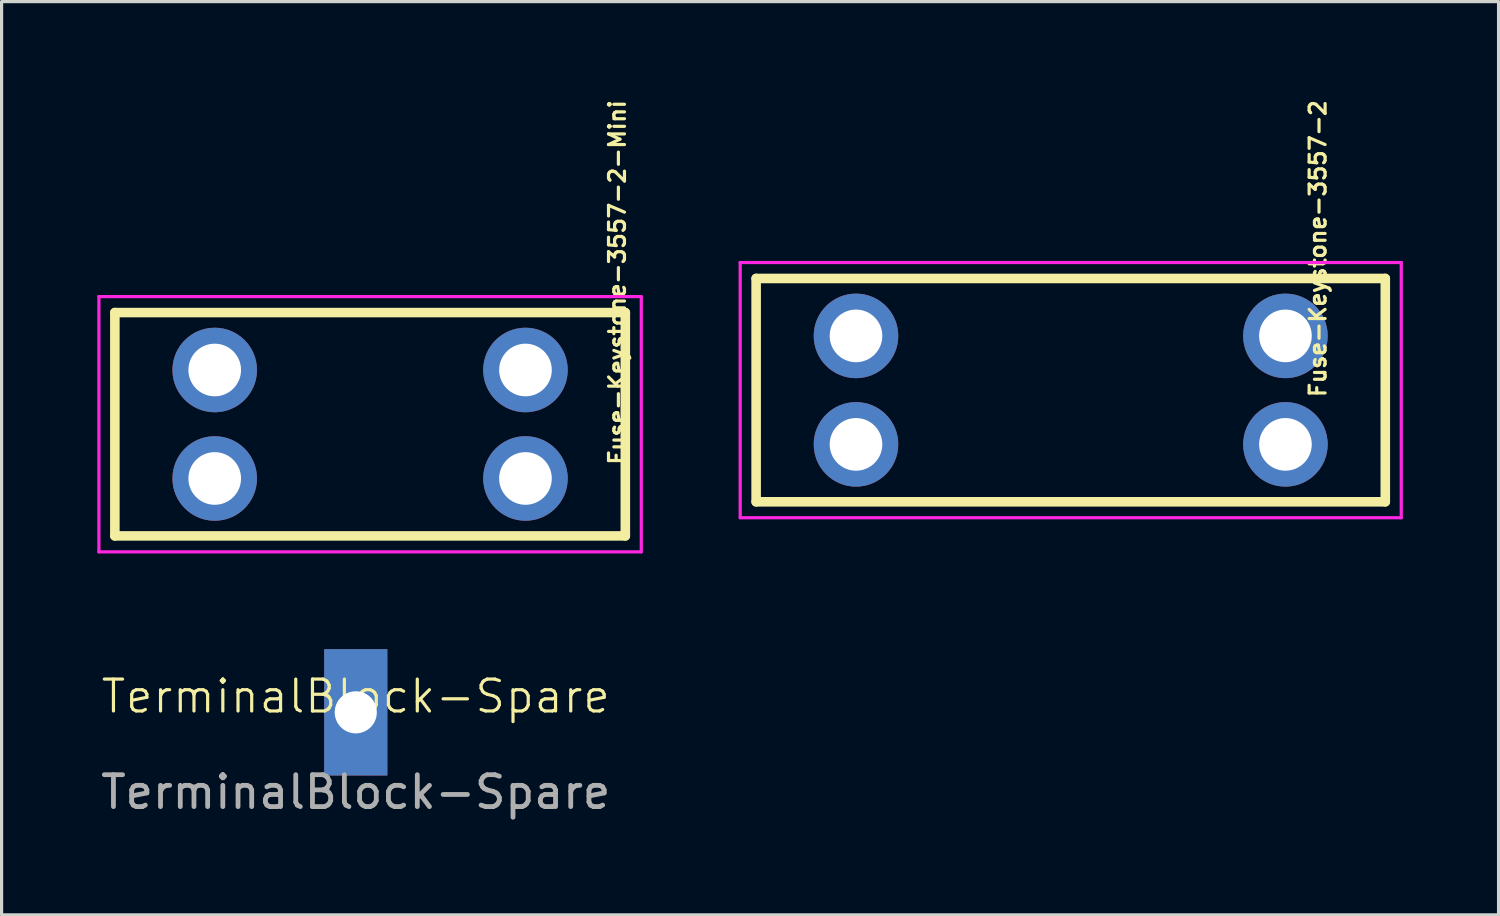
<source format=kicad_pcb>
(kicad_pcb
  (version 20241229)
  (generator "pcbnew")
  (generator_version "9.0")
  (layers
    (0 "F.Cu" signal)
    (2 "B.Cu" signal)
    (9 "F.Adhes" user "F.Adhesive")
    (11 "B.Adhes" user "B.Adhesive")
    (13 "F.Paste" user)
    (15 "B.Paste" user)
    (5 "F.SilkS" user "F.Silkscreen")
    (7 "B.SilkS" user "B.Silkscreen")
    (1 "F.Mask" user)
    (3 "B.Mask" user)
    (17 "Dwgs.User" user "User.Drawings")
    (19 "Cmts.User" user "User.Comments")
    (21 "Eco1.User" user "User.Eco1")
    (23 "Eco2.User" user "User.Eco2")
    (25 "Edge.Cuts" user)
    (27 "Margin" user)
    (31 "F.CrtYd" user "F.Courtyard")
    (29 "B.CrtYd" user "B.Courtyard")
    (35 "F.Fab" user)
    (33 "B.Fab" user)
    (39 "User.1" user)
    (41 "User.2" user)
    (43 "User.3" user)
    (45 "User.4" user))
  (footprint "TerminalBlock-Spare"
    (layer "F.Cu")
    (at 8.101 19.277)
    (property "Reference" "TerminalBlock-Spare" (at 0 -0.5 0) (unlocked yes) (layer "F.SilkS") (effects (font (size 1 1) (thickness 0.1))))
    (attr through_hole)
    (fp_text user "${REFERENCE}" (at 0 2.5 0) (unlocked yes) (layer "F.Fab") (effects (font (size 1 1) (thickness 0.15))))
    (pad "1" thru_hole rect (at 0 0) (size 1.98 3.96) (drill 1.32) (layers "*.Cu" "*.Mask")))
  (footprint "Fuse-Keystone-3557-2-Mini"
    (layer "F.Cu")
    (at 8.55 10.247)
    (property "Reference" "Fuse-Keystone-3557-2-Mini" (at 7.747 -4.445 270) (layer "F.SilkS") (effects (font (size 0.5 0.5) (thickness 0.1))))
    (attr through_hole)
    (fp_line (start -8 -3.5) (end -8 3.5) (stroke (width 0.3) (type solid)) (layer "F.SilkS"))
    (fp_line (start -8 3.5) (end 8 3.5) (stroke (width 0.3) (type solid)) (layer "F.SilkS"))
    (fp_line (start 8 -3.5) (end -8 -3.5) (stroke (width 0.3) (type solid)) (layer "F.SilkS"))
    (fp_line (start 8 3.5) (end 8 -3.5) (stroke (width 0.3) (type solid)) (layer "F.SilkS"))
    (fp_line (start -8.5 -4) (end 8.5 -4) (stroke (width 0.1) (type solid)) (layer "F.CrtYd"))
    (fp_line (start -8.5 4) (end -8.5 -4) (stroke (width 0.1) (type solid)) (layer "F.CrtYd"))
    (fp_line (start 8.5 -4) (end 8.5 4) (stroke (width 0.1) (type solid)) (layer "F.CrtYd"))
    (fp_line (start 8.5 4) (end -8.5 4) (stroke (width 0.1) (type solid)) (layer "F.CrtYd"))
    (pad "1" thru_hole circle (at -4.87 -1.7) (size 2.65 2.65) (drill 1.65) (layers "*.Cu" "*.Mask"))
    (pad "1" thru_hole circle (at -4.87 1.7) (size 2.65 2.65) (drill 1.65) (layers "*.Cu" "*.Mask"))
    (pad "2" thru_hole circle (at 4.87 -1.7) (size 2.65 2.65) (drill 1.65) (layers "*.Cu" "*.Mask"))
    (pad "2" thru_hole circle (at 4.87 1.7) (size 2.65 2.65) (drill 1.65) (layers "*.Cu" "*.Mask")))
  (footprint "Fuse-Keystone-3557-2"
    (layer "F.Cu")
    (at 30.51 9.188)
    (property "Reference" "Fuse-Keystone-3557-2" (at 7.747 -4.445 270) (layer "F.SilkS") (effects (font (size 0.5 0.5) (thickness 0.1))))
    (attr through_hole)
    (fp_line (start -9.86 -3.51) (end -9.86 3.49) (stroke (width 0.3) (type solid)) (layer "F.SilkS"))
    (fp_line (start -9.86 3.49) (end 9.86 3.49) (stroke (width 0.3) (type solid)) (layer "F.SilkS"))
    (fp_line (start 9.86 -3.51) (end -9.86 -3.51) (stroke (width 0.3) (type solid)) (layer "F.SilkS"))
    (fp_line (start 9.86 3.49) (end 9.86 -3.51) (stroke (width 0.3) (type solid)) (layer "F.SilkS"))
    (fp_line (start -10.36 -4.01) (end 10.36 -4.01) (stroke (width 0.1) (type solid)) (layer "F.CrtYd"))
    (fp_line (start -10.36 3.99) (end -10.36 -4.01) (stroke (width 0.1) (type solid)) (layer "F.CrtYd"))
    (fp_line (start 10.36 -4.01) (end 10.36 3.99) (stroke (width 0.1) (type solid)) (layer "F.CrtYd"))
    (fp_line (start 10.36 3.99) (end -10.36 3.99) (stroke (width 0.1) (type solid)) (layer "F.CrtYd"))
    (pad "1" thru_hole circle (at -6.73 -1.71) (size 2.65 2.65) (drill 1.65) (layers "*.Cu" "*.Mask"))
    (pad "1" thru_hole circle (at -6.73 1.69) (size 2.65 2.65) (drill 1.65) (layers "*.Cu" "*.Mask"))
    (pad "2" thru_hole circle (at 6.73 -1.71) (size 2.65 2.65) (drill 1.65) (layers "*.Cu" "*.Mask"))
    (pad "2" thru_hole circle (at 6.73 1.69) (size 2.65 2.65) (drill 1.65) (layers "*.Cu" "*.Mask")))
  (gr_rect
    (start -3 -3)
    (end 43.92 25.626)
    (stroke (width 0.1) (type default))
    (fill no)
    (layer "Edge.Cuts")))
</source>
